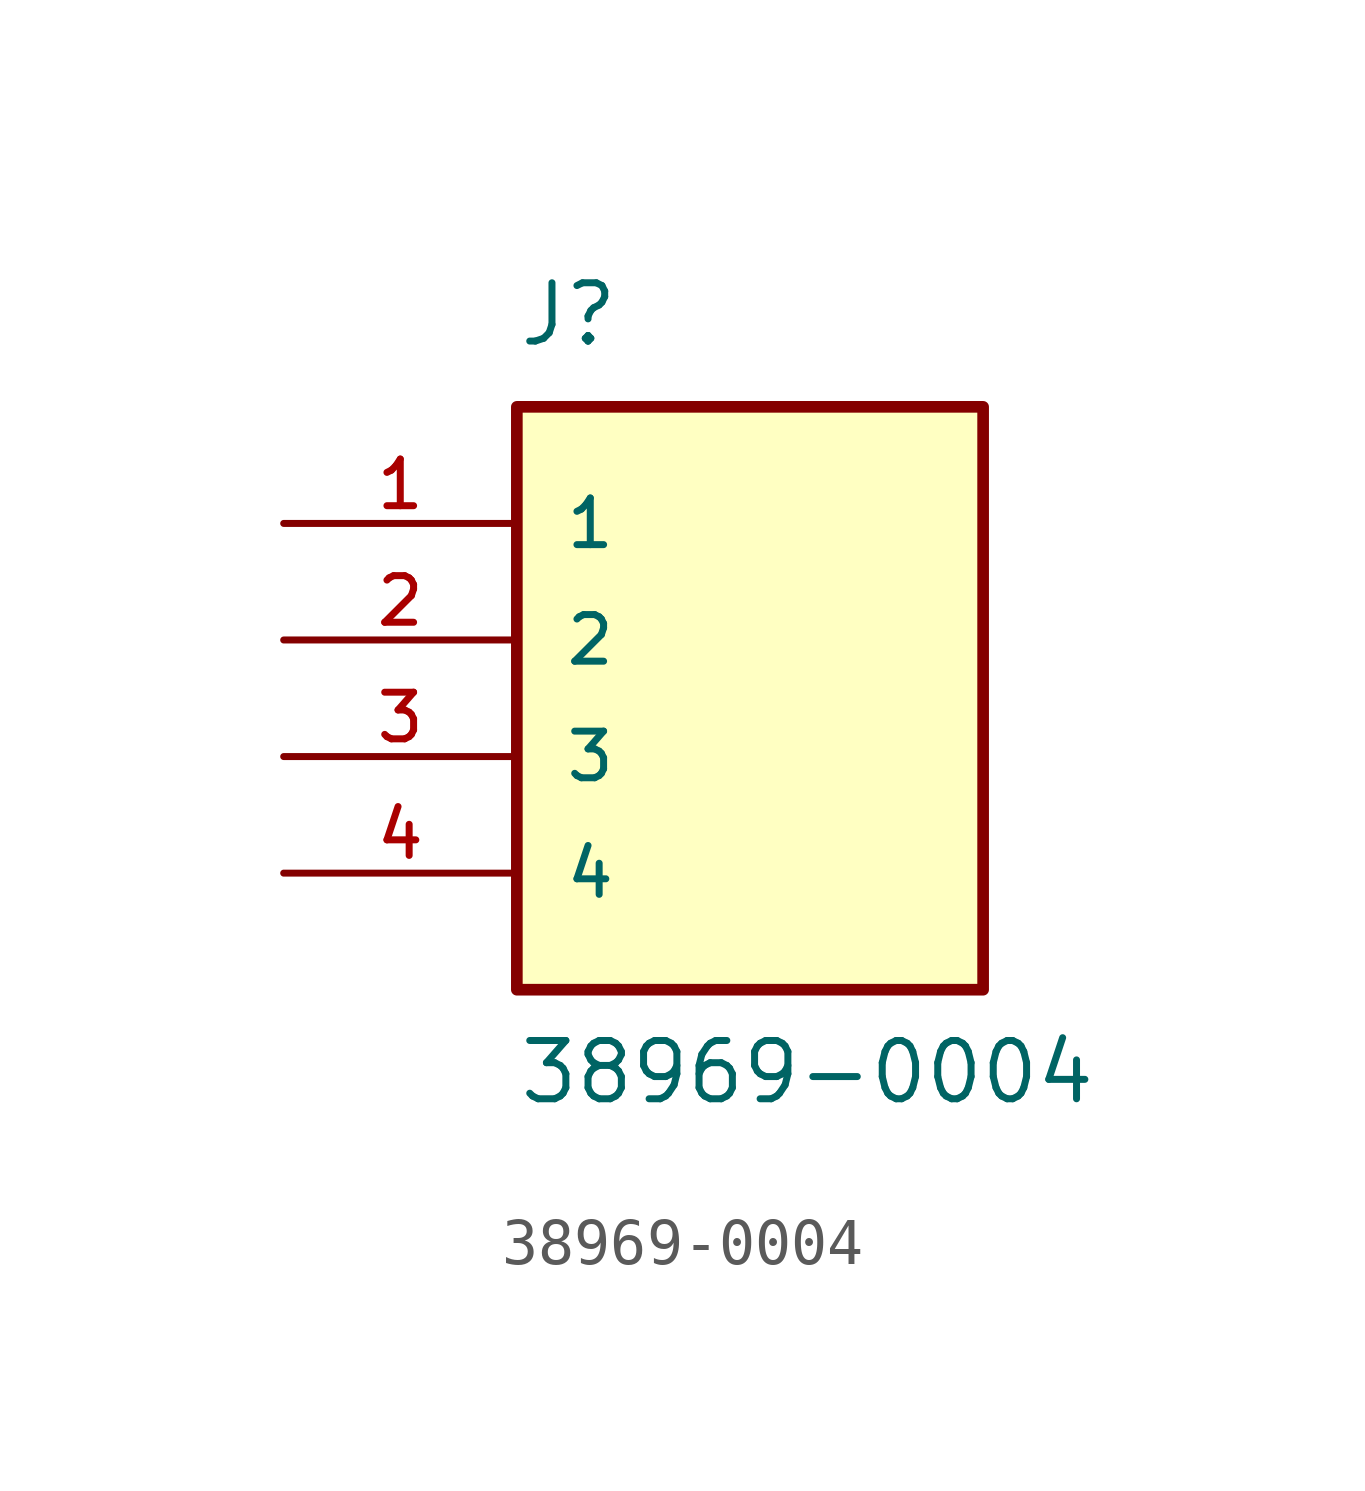
<source format=kicad_sym>
(kicad_symbol_lib
  (version 20211014)
  (generator kicad_symbol_editor)
  (symbol "38969-0004"
    (pin_names
      (offset 1.016))
    (property "Reference" "J"
      (at -5.08 6.35 0)
      (effects (font (size 1.27 1.27)) (justify bottom left)))
    (property "Value" "38969-0004"
      (at -5.08 -10.16 0)
      (effects (font (size 1.27 1.27)) (justify bottom left)))
    (symbol "38969-0004_0_0"
      (rectangle (start -5.08 -7.62) (end 5.08 5.08) (stroke (width 0.254)) (fill (type background)))
      (pin passive line (at -10.16 2.54 0) (length 5.08) (name "1" (effects (font (size 1.016 1.016)))) (number "1" (effects (font (size 1.016 1.016)))))
      (pin passive line (at -10.16 0.0 0) (length 5.08) (name "2" (effects (font (size 1.016 1.016)))) (number "2" (effects (font (size 1.016 1.016)))))
      (pin passive line (at -10.16 -2.54 0) (length 5.08) (name "3" (effects (font (size 1.016 1.016)))) (number "3" (effects (font (size 1.016 1.016)))))
      (pin passive line (at -10.16 -5.08 0) (length 5.08) (name "4" (effects (font (size 1.016 1.016)))) (number "4" (effects (font (size 1.016 1.016))))))))
</source>
